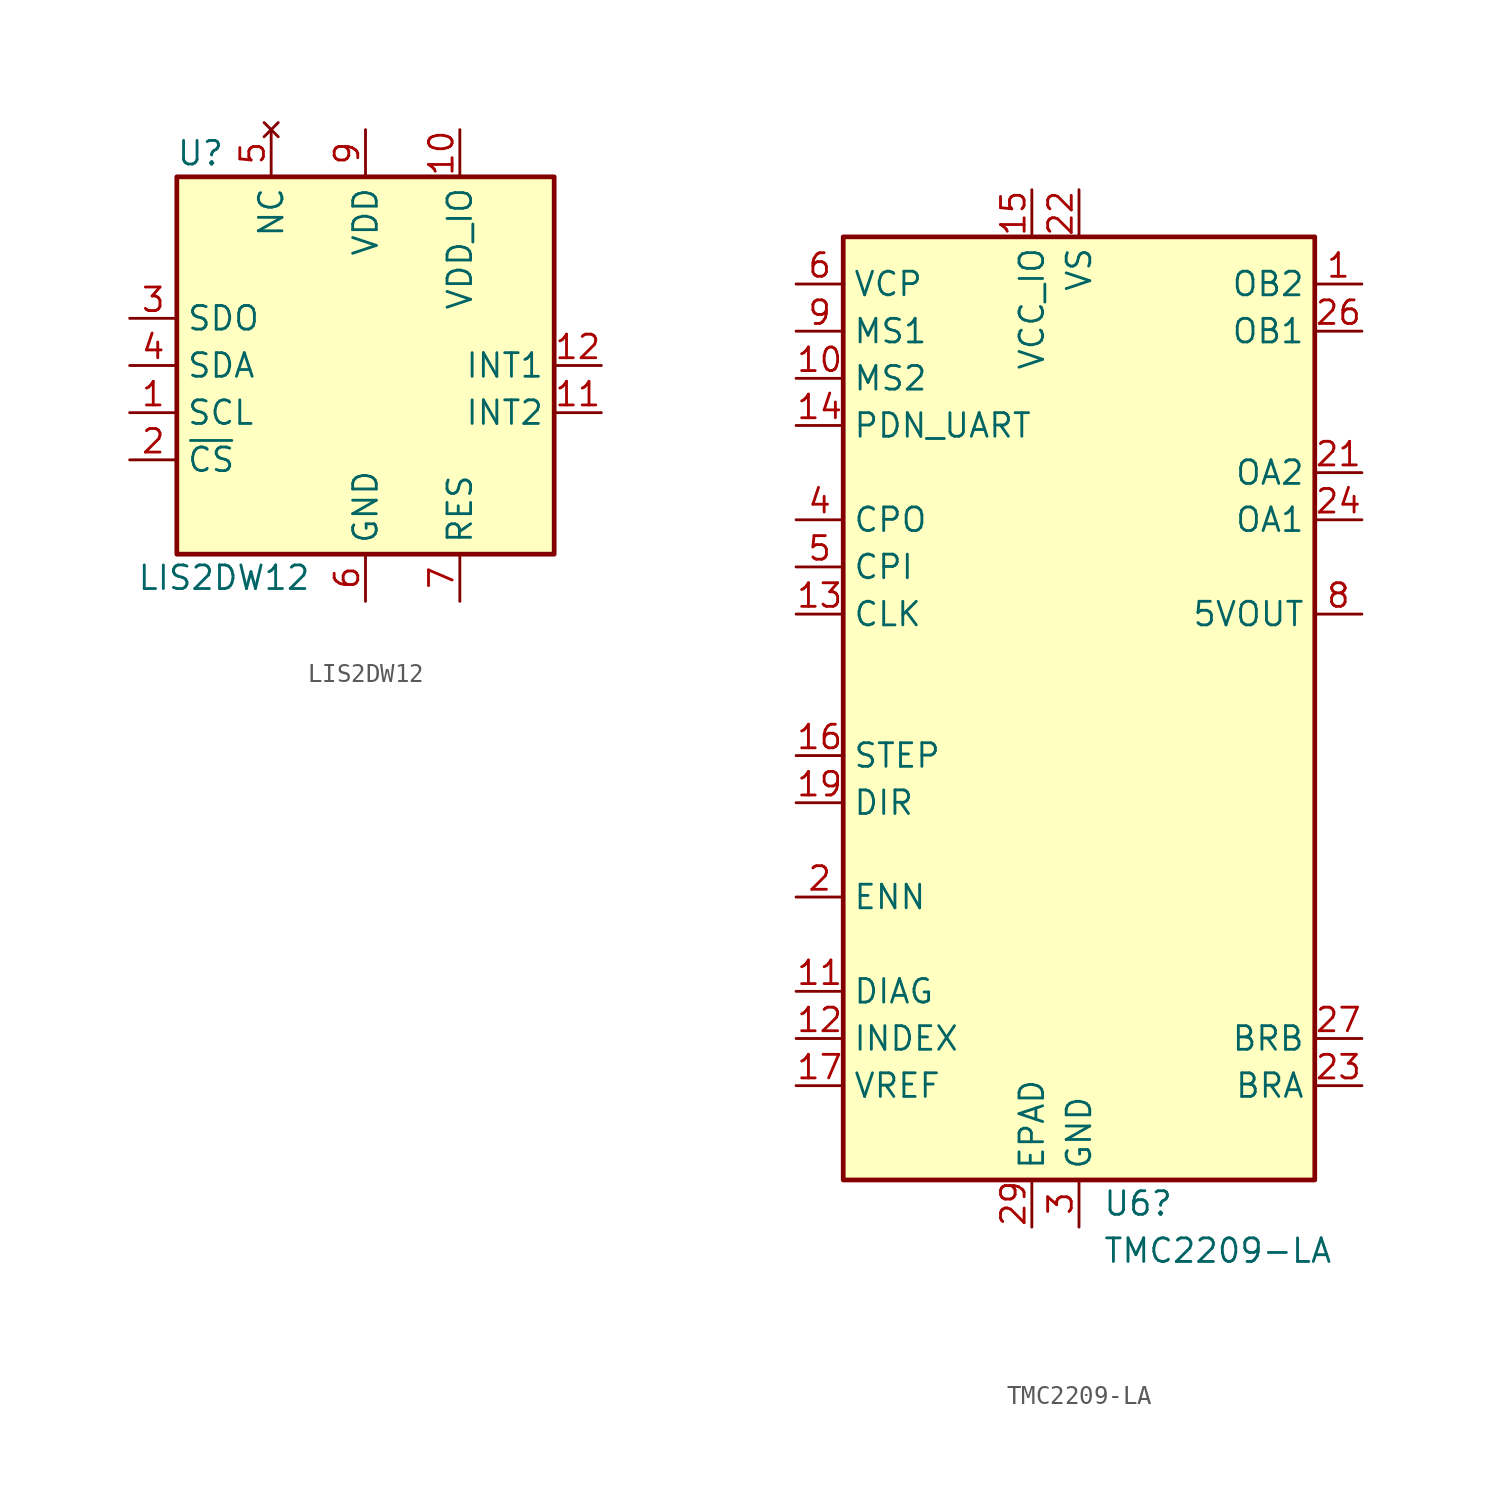
<source format=kicad_sym>
(kicad_symbol_lib
  (version 20231120)
  (generator "kicad_symbol_editor")
  (generator_version "8.0")
  (symbol "LIS2DW12"
    (property "Reference" "U"
      (at -8.89 11.43 0)
      (effects (font (size 1.27 1.27))))
    (property "Value" "LIS2DW12"
      (at -7.62 -11.43 0)
      (effects (font (size 1.27 1.27))))
    (symbol "LIS2DW12_0_1"
      (rectangle (start -10.16 10.16) (end 10.16 -10.16) (stroke (width 0.254) (type default)) (fill (type background))))
    (symbol "LIS2DW12_1_1"
      (pin input line (at -12.7 -2.54 0) (length 2.54) (name "SCL" (effects (font (size 1.27 1.27)))) (number "1" (effects (font (size 1.27 1.27)))) (alternate "SPC" input line))
      (pin power_in line (at 5.08 12.7 270) (length 2.54) (name "VDD_IO" (effects (font (size 1.27 1.27)))) (number "10" (effects (font (size 1.27 1.27)))))
      (pin output line (at 12.7 -2.54 180) (length 2.54) (name "INT2" (effects (font (size 1.27 1.27)))) (number "11" (effects (font (size 1.27 1.27)))))
      (pin output line (at 12.7 0 180) (length 2.54) (name "INT1" (effects (font (size 1.27 1.27)))) (number "12" (effects (font (size 1.27 1.27)))))
      (pin input line (at -12.7 -5.08 0) (length 2.54) (name "~{CS}" (effects (font (size 1.27 1.27)))) (number "2" (effects (font (size 1.27 1.27)))))
      (pin output line (at -12.7 2.54 0) (length 2.54) (name "SDO" (effects (font (size 1.27 1.27)))) (number "3" (effects (font (size 1.27 1.27)))) (alternate "ADDR" input line))
      (pin bidirectional line (at -12.7 0 0) (length 2.54) (name "SDA" (effects (font (size 1.27 1.27)))) (number "4" (effects (font (size 1.27 1.27)))) (alternate "SDI" input line) (alternate "SDO" output line))
      (pin no_connect line (at -5.08 12.7 270) (length 2.54) (name "NC" (effects (font (size 1.27 1.27)))) (number "5" (effects (font (size 1.27 1.27)))))
      (pin power_in line (at 0 -12.7 90) (length 2.54) (name "GND" (effects (font (size 1.27 1.27)))) (number "6" (effects (font (size 1.27 1.27)))))
      (pin passive line (at 5.08 -12.7 90) (length 2.54) (name "RES" (effects (font (size 1.27 1.27)))) (number "7" (effects (font (size 1.27 1.27)))))
      (pin passive line (at 0 -12.7 90) (length 2.54) hide (name "GND" (effects (font (size 1.27 1.27)))) (number "8" (effects (font (size 1.27 1.27)))))
      (pin power_in line (at 0 12.7 270) (length 2.54) (name "VDD" (effects (font (size 1.27 1.27)))) (number "9" (effects (font (size 1.27 1.27)))))))
  (symbol "TMC2209-LA"
    (property "Reference" "U6"
      (at 1.27 -26.67 0)
      (effects (font (size 1.27 1.27)) (justify left)))
    (property "Value" "TMC2209-LA"
      (at 1.27 -29.21 0)
      (effects (font (size 1.27 1.27)) (justify left)))
    (symbol "TMC2209-LA_1_0"
      (pin power_in line (at -2.54 -27.94 90) (length 2.54) (name "EPAD" (effects (font (size 1.27 1.27)))) (number "29" (effects (font (size 1.27 1.27))))))
    (symbol "TMC2209-LA_1_1"
      (rectangle (start -12.7 25.4) (end 12.7 -25.4) (stroke (width 0.254) (type default)) (fill (type background)))
      (pin output line (at 15.24 22.86 180) (length 2.54) (name "OB2" (effects (font (size 1.27 1.27)))) (number "1" (effects (font (size 1.27 1.27)))))
      (pin input line (at -15.24 17.78 0) (length 2.54) (name "MS2" (effects (font (size 1.27 1.27)))) (number "10" (effects (font (size 1.27 1.27)))))
      (pin output line (at -15.24 -15.24 0) (length 2.54) (name "DIAG" (effects (font (size 1.27 1.27)))) (number "11" (effects (font (size 1.27 1.27)))))
      (pin output line (at -15.24 -17.78 0) (length 2.54) (name "INDEX" (effects (font (size 1.27 1.27)))) (number "12" (effects (font (size 1.27 1.27)))))
      (pin input line (at -15.24 5.08 0) (length 2.54) (name "CLK" (effects (font (size 1.27 1.27)))) (number "13" (effects (font (size 1.27 1.27)))))
      (pin bidirectional line (at -15.24 15.24 0) (length 2.54) (name "PDN_UART" (effects (font (size 1.27 1.27)))) (number "14" (effects (font (size 1.27 1.27)))))
      (pin power_in line (at -2.54 27.94 270) (length 2.54) (name "VCC_IO" (effects (font (size 1.27 1.27)))) (number "15" (effects (font (size 1.27 1.27)))))
      (pin input line (at -15.24 -2.54 0) (length 2.54) (name "STEP" (effects (font (size 1.27 1.27)))) (number "16" (effects (font (size 1.27 1.27)))))
      (pin input line (at -15.24 -20.32 0) (length 2.54) (name "VREF" (effects (font (size 1.27 1.27)))) (number "17" (effects (font (size 1.27 1.27)))))
      (pin passive line (at 0 -27.94 90) (length 2.54) hide (name "GND" (effects (font (size 1.27 1.27)))) (number "18" (effects (font (size 1.27 1.27)))))
      (pin input line (at -15.24 -5.08 0) (length 2.54) (name "DIR" (effects (font (size 1.27 1.27)))) (number "19" (effects (font (size 1.27 1.27)))))
      (pin input line (at -15.24 -10.16 0) (length 2.54) (name "ENN" (effects (font (size 1.27 1.27)))) (number "2" (effects (font (size 1.27 1.27)))))
      (pin no_connect line (at 12.7 -2.54 180) (length 2.54) hide (name "NC" (effects (font (size 1.27 1.27)))) (number "20" (effects (font (size 1.27 1.27)))))
      (pin output line (at 15.24 12.7 180) (length 2.54) (name "OA2" (effects (font (size 1.27 1.27)))) (number "21" (effects (font (size 1.27 1.27)))))
      (pin power_in line (at 0 27.94 270) (length 2.54) (name "VS" (effects (font (size 1.27 1.27)))) (number "22" (effects (font (size 1.27 1.27)))))
      (pin passive line (at 15.24 -20.32 180) (length 2.54) (name "BRA" (effects (font (size 1.27 1.27)))) (number "23" (effects (font (size 1.27 1.27)))))
      (pin output line (at 15.24 10.16 180) (length 2.54) (name "OA1" (effects (font (size 1.27 1.27)))) (number "24" (effects (font (size 1.27 1.27)))))
      (pin no_connect line (at 12.7 0 180) (length 2.54) hide (name "NC" (effects (font (size 1.27 1.27)))) (number "25" (effects (font (size 1.27 1.27)))))
      (pin output line (at 15.24 20.32 180) (length 2.54) (name "OB1" (effects (font (size 1.27 1.27)))) (number "26" (effects (font (size 1.27 1.27)))))
      (pin passive line (at 15.24 -17.78 180) (length 2.54) (name "BRB" (effects (font (size 1.27 1.27)))) (number "27" (effects (font (size 1.27 1.27)))))
      (pin passive line (at 0 27.94 270) (length 2.54) hide (name "VS" (effects (font (size 1.27 1.27)))) (number "28" (effects (font (size 1.27 1.27)))))
      (pin power_in line (at 0 -27.94 90) (length 2.54) (name "GND" (effects (font (size 1.27 1.27)))) (number "3" (effects (font (size 1.27 1.27)))))
      (pin passive line (at -15.24 10.16 0) (length 2.54) (name "CPO" (effects (font (size 1.27 1.27)))) (number "4" (effects (font (size 1.27 1.27)))))
      (pin passive line (at -15.24 7.62 0) (length 2.54) (name "CPI" (effects (font (size 1.27 1.27)))) (number "5" (effects (font (size 1.27 1.27)))))
      (pin passive line (at -15.24 22.86 0) (length 2.54) (name "VCP" (effects (font (size 1.27 1.27)))) (number "6" (effects (font (size 1.27 1.27)))))
      (pin no_connect line (at 12.7 -5.08 180) (length 2.54) hide (name "NC" (effects (font (size 1.27 1.27)))) (number "7" (effects (font (size 1.27 1.27)))))
      (pin power_out line (at 15.24 5.08 180) (length 2.54) (name "5VOUT" (effects (font (size 1.27 1.27)))) (number "8" (effects (font (size 1.27 1.27)))))
      (pin input line (at -15.24 20.32 0) (length 2.54) (name "MS1" (effects (font (size 1.27 1.27)))) (number "9" (effects (font (size 1.27 1.27))))))))
</source>
